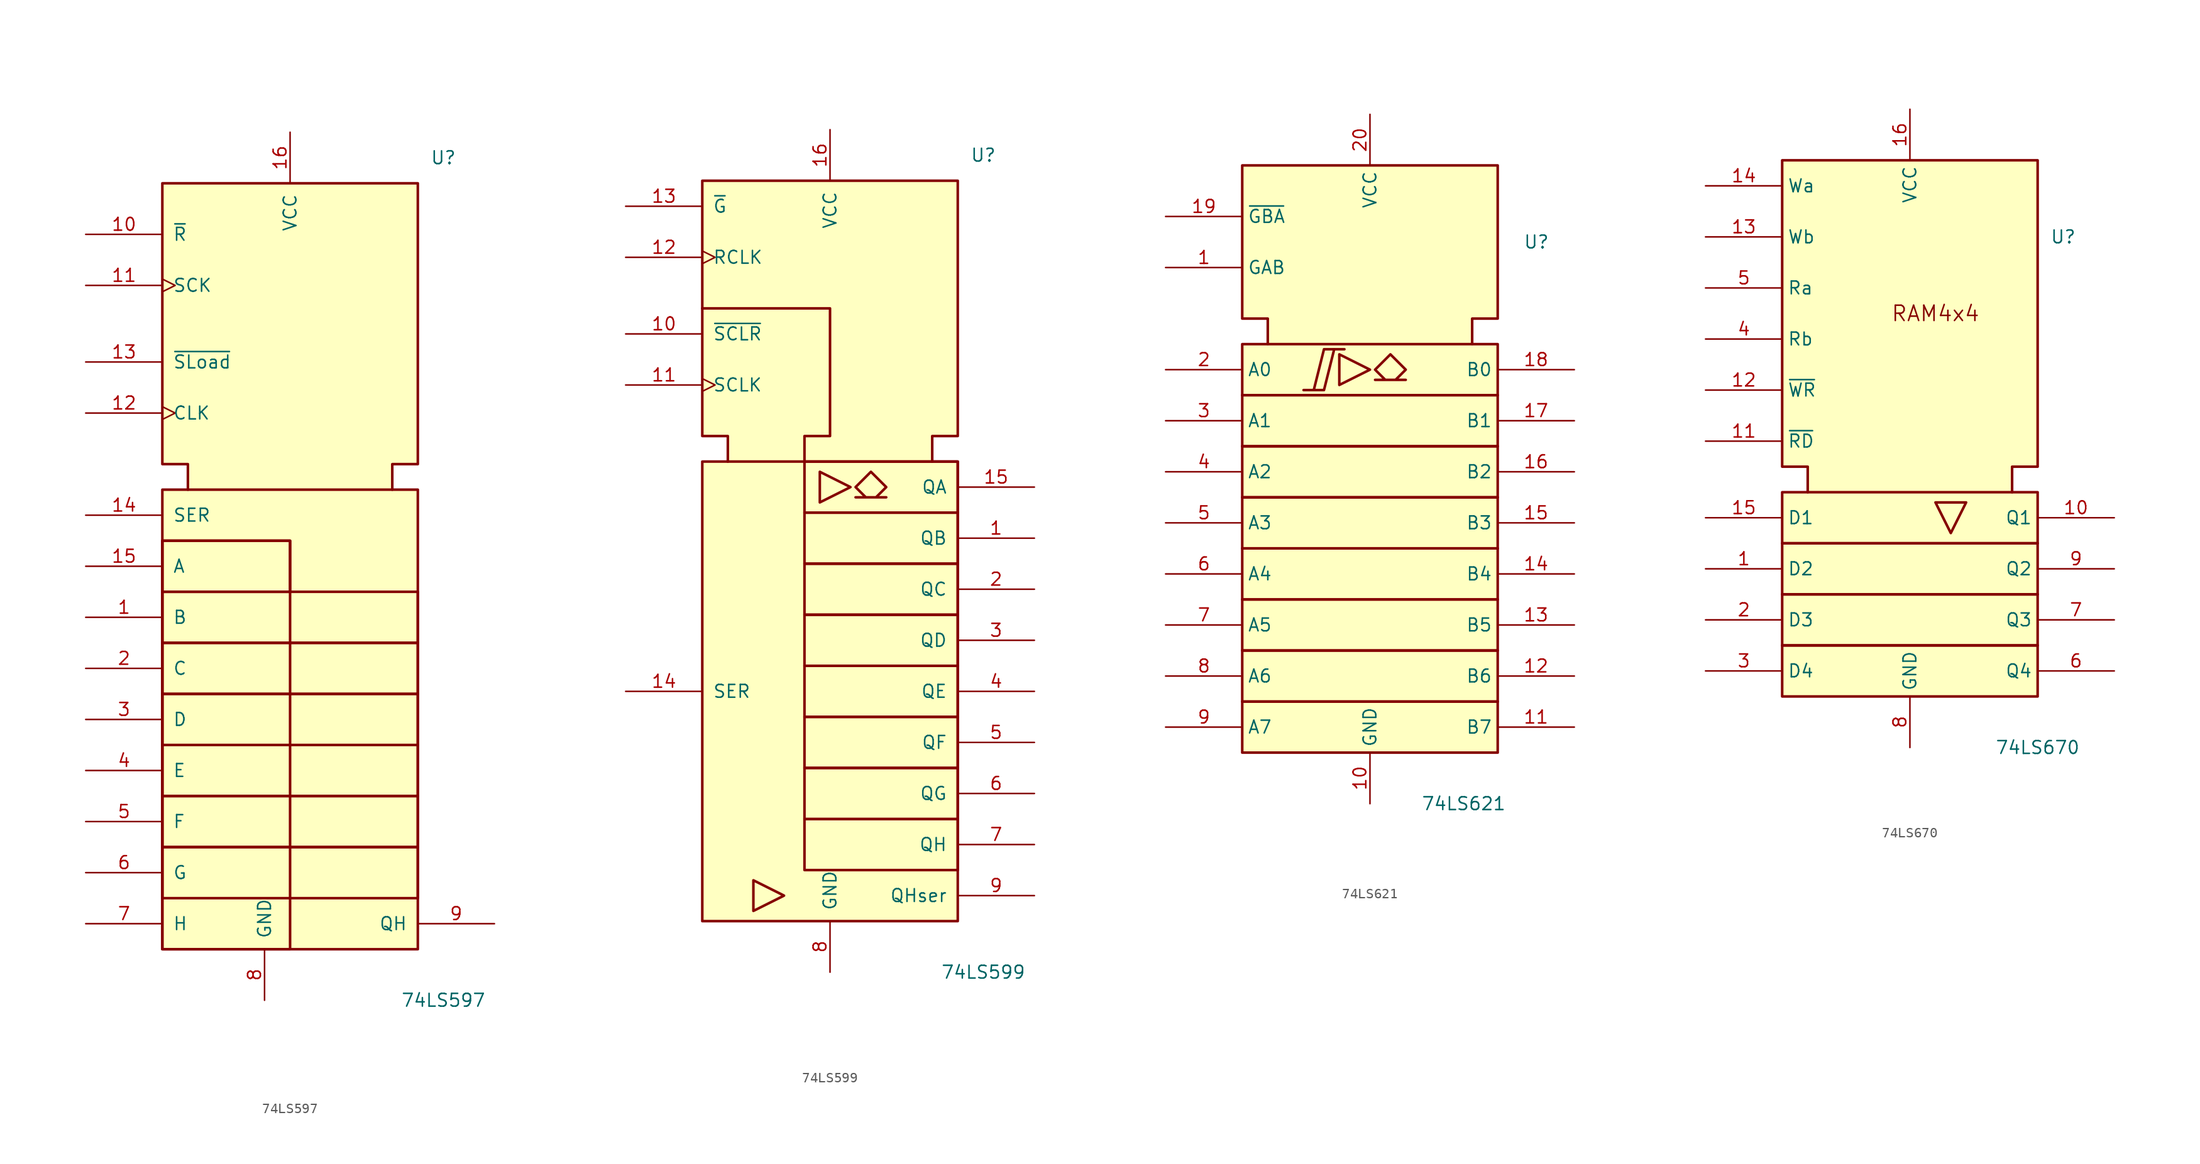
<source format=kicad_sym>
(kicad_symbol_lib
  (version 20241209)
  (generator "kicad_symbol_editor")
  (generator_version "9.0")
  (symbol "74LS597"
    (pin_names
      (offset 1.016))
    (property "Reference" "U"
      (at 15.24 43.18 0)
      (effects (font (size 1.27 1.27))))
    (property "Value" "74LS597"
      (at 15.24 -40.64 0)
      (effects (font (size 1.27 1.27))))
    (symbol "74LS597_0_0"
      (rectangle (start -12.7 10.16) (end 12.7 -35.56) (stroke (width 0.254) (type default)) (fill (type background)))
      (rectangle (start -12.7 5.08) (end 0 0) (stroke (width 0.254) (type default)) (fill (type background)))
      (rectangle (start -12.7 5.08) (end 0 -35.56) (stroke (width 0.254) (type default)) (fill (type background)))
      (rectangle (start -12.7 0) (end 12.7 -5.08) (stroke (width 0.254) (type default)) (fill (type background)))
      (rectangle (start -12.7 -5.08) (end 12.7 -10.16) (stroke (width 0.254) (type default)) (fill (type background)))
      (rectangle (start -12.7 -10.16) (end 12.7 -15.24) (stroke (width 0.254) (type default)) (fill (type background)))
      (rectangle (start -12.7 -15.24) (end 12.7 -20.32) (stroke (width 0.254) (type default)) (fill (type background)))
      (rectangle (start -12.7 -20.32) (end 12.7 -25.4) (stroke (width 0.254) (type default)) (fill (type background)))
      (rectangle (start -12.7 -25.4) (end 12.7 -30.48) (stroke (width 0.254) (type default)) (fill (type background)))
      (rectangle (start -12.7 -30.48) (end -12.7 -30.48) (stroke (width 0.254) (type default)) (fill (type background)))
      (polyline (pts (xy -10.16 10.16) (xy -10.16 12.7) (xy -12.7 12.7) (xy -12.7 40.64) (xy 12.7 40.64) (xy 12.7 12.7) (xy 10.16 12.7) (xy 10.16 10.16) (xy 10.16 10.16)) (stroke (width 0.254) (type default)) (fill (type background))))
    (symbol "74LS597_0_1"
      (pin power_in line (at -2.54 -40.64 90) (length 5.08) (name "GND" (effects (font (size 1.27 1.27)))) (number "8" (effects (font (size 1.27 1.27))))))
    (symbol "74LS597_1_1"
      (pin input line (at -20.32 35.56 0) (length 7.62) (name "~{R}" (effects (font (size 1.27 1.27)))) (number "10" (effects (font (size 1.27 1.27)))))
      (pin input clock (at -20.32 30.48 0) (length 7.62) (name "SCK" (effects (font (size 1.27 1.27)))) (number "11" (effects (font (size 1.27 1.27)))))
      (pin input line (at -20.32 22.86 0) (length 7.62) (name "~{SLoad}" (effects (font (size 1.27 1.27)))) (number "13" (effects (font (size 1.27 1.27)))))
      (pin input clock (at -20.32 17.78 0) (length 7.62) (name "CLK" (effects (font (size 1.27 1.27)))) (number "12" (effects (font (size 1.27 1.27)))))
      (pin input line (at -20.32 7.62 0) (length 7.62) (name "SER" (effects (font (size 1.27 1.27)))) (number "14" (effects (font (size 1.27 1.27)))))
      (pin input line (at -20.32 2.54 0) (length 7.62) (name "A" (effects (font (size 1.27 1.27)))) (number "15" (effects (font (size 1.27 1.27)))))
      (pin input line (at -20.32 -2.54 0) (length 7.62) (name "B" (effects (font (size 1.27 1.27)))) (number "1" (effects (font (size 1.27 1.27)))))
      (pin input line (at -20.32 -7.62 0) (length 7.62) (name "C" (effects (font (size 1.27 1.27)))) (number "2" (effects (font (size 1.27 1.27)))))
      (pin input line (at -20.32 -12.7 0) (length 7.62) (name "D" (effects (font (size 1.27 1.27)))) (number "3" (effects (font (size 1.27 1.27)))))
      (pin input line (at -20.32 -17.78 0) (length 7.62) (name "E" (effects (font (size 1.27 1.27)))) (number "4" (effects (font (size 1.27 1.27)))))
      (pin input line (at -20.32 -22.86 0) (length 7.62) (name "F" (effects (font (size 1.27 1.27)))) (number "5" (effects (font (size 1.27 1.27)))))
      (pin input line (at -20.32 -27.94 0) (length 7.62) (name "G" (effects (font (size 1.27 1.27)))) (number "6" (effects (font (size 1.27 1.27)))))
      (pin input line (at -20.32 -33.02 0) (length 7.62) (name "H" (effects (font (size 1.27 1.27)))) (number "7" (effects (font (size 1.27 1.27)))))
      (pin power_in line (at 0 45.72 270) (length 5.08) (name "VCC" (effects (font (size 1.27 1.27)))) (number "16" (effects (font (size 1.27 1.27)))))
      (pin tri_state line (at 20.32 -33.02 180) (length 7.62) (name "QH" (effects (font (size 1.27 1.27)))) (number "9" (effects (font (size 1.27 1.27)))))))
  (symbol "74LS599"
    (pin_names
      (offset 1.016))
    (property "Reference" "U"
      (at 15.24 40.64 0)
      (effects (font (size 1.27 1.27))))
    (property "Value" "74LS599"
      (at 15.24 -40.64 0)
      (effects (font (size 1.27 1.27))))
    (symbol "74LS599_0_0"
      (polyline (pts (xy -12.7 25.4) (xy 0 25.4) (xy 0 12.7) (xy -2.54 12.7) (xy -2.54 10.16) (xy -2.54 10.16)) (stroke (width 0.254) (type default)) (fill (type background)))
      (rectangle (start -12.7 10.16) (end 12.7 -35.56) (stroke (width 0.254) (type default)) (fill (type background)))
      (polyline (pts (xy -10.16 10.16) (xy -10.16 12.7) (xy -12.7 12.7) (xy -12.7 38.1) (xy 12.7 38.1) (xy 12.7 12.7) (xy 10.16 12.7) (xy 10.16 10.16) (xy 10.16 10.16)) (stroke (width 0.254) (type default)) (fill (type background)))
      (polyline (pts (xy -4.572 -33.02) (xy -7.62 -31.496) (xy -7.62 -34.544) (xy -4.572 -33.02) (xy -4.572 -33.02)) (stroke (width 0.254) (type default)) (fill (type background)))
      (polyline (pts (xy -1.016 9.144) (xy -1.016 6.096) (xy 2.032 7.62) (xy -1.016 9.144) (xy -1.016 9.144)) (stroke (width 0.254) (type default)) (fill (type background)))
      (polyline (pts (xy 5.588 6.604) (xy 2.54 6.604) (xy 3.556 6.604) (xy 2.54 7.62) (xy 4.064 9.144) (xy 5.588 7.62) (xy 4.572 6.604) (xy 4.572 6.604)) (stroke (width 0.254) (type default)) (fill (type background))))
    (symbol "74LS599_0_1"
      (rectangle (start -2.54 10.16) (end 12.7 5.08) (stroke (width 0.254) (type default)) (fill (type background)))
      (rectangle (start -2.54 5.08) (end 12.7 0) (stroke (width 0.254) (type default)) (fill (type background)))
      (rectangle (start -2.54 0) (end 12.7 -5.08) (stroke (width 0.254) (type default)) (fill (type background)))
      (rectangle (start -2.54 -5.08) (end 12.7 -10.16) (stroke (width 0.254) (type default)) (fill (type background)))
      (rectangle (start -2.54 -10.16) (end 12.7 -15.24) (stroke (width 0.254) (type default)) (fill (type background)))
      (rectangle (start -2.54 -15.24) (end 12.7 -20.32) (stroke (width 0.254) (type default)) (fill (type background)))
      (rectangle (start -2.54 -20.32) (end 12.7 -25.4) (stroke (width 0.254) (type default)) (fill (type background)))
      (rectangle (start -2.54 -25.4) (end 12.7 -30.48) (stroke (width 0.254) (type default)) (fill (type background)))
      (pin power_in line (at 0 -40.64 90) (length 5.08) (name "GND" (effects (font (size 1.27 1.27)))) (number "8" (effects (font (size 1.27 1.27))))))
    (symbol "74LS599_1_1"
      (pin input line (at -20.32 35.56 0) (length 7.62) (name "~{G}" (effects (font (size 1.27 1.27)))) (number "13" (effects (font (size 1.27 1.27)))))
      (pin input clock (at -20.32 30.48 0) (length 7.62) (name "RCLK" (effects (font (size 1.27 1.27)))) (number "12" (effects (font (size 1.27 1.27)))))
      (pin input line (at -20.32 22.86 0) (length 7.62) (name "~{SCLR}" (effects (font (size 1.27 1.27)))) (number "10" (effects (font (size 1.27 1.27)))))
      (pin input clock (at -20.32 17.78 0) (length 7.62) (name "SCLK" (effects (font (size 1.27 1.27)))) (number "11" (effects (font (size 1.27 1.27)))))
      (pin input line (at -20.32 -12.7 0) (length 7.62) (name "SER" (effects (font (size 1.27 1.27)))) (number "14" (effects (font (size 1.27 1.27)))))
      (pin power_in line (at 0 43.18 270) (length 5.08) (name "VCC" (effects (font (size 1.27 1.27)))) (number "16" (effects (font (size 1.27 1.27)))))
      (pin tri_state line (at 20.32 7.62 180) (length 7.62) (name "QA" (effects (font (size 1.27 1.27)))) (number "15" (effects (font (size 1.27 1.27)))))
      (pin tri_state line (at 20.32 2.54 180) (length 7.62) (name "QB" (effects (font (size 1.27 1.27)))) (number "1" (effects (font (size 1.27 1.27)))))
      (pin tri_state line (at 20.32 -2.54 180) (length 7.62) (name "QC" (effects (font (size 1.27 1.27)))) (number "2" (effects (font (size 1.27 1.27)))))
      (pin tri_state line (at 20.32 -7.62 180) (length 7.62) (name "QD" (effects (font (size 1.27 1.27)))) (number "3" (effects (font (size 1.27 1.27)))))
      (pin tri_state line (at 20.32 -12.7 180) (length 7.62) (name "QE" (effects (font (size 1.27 1.27)))) (number "4" (effects (font (size 1.27 1.27)))))
      (pin tri_state line (at 20.32 -17.78 180) (length 7.62) (name "QF" (effects (font (size 1.27 1.27)))) (number "5" (effects (font (size 1.27 1.27)))))
      (pin tri_state line (at 20.32 -22.86 180) (length 7.62) (name "QG" (effects (font (size 1.27 1.27)))) (number "6" (effects (font (size 1.27 1.27)))))
      (pin tri_state line (at 20.32 -27.94 180) (length 7.62) (name "QH" (effects (font (size 1.27 1.27)))) (number "7" (effects (font (size 1.27 1.27)))))
      (pin output line (at 20.32 -33.02 180) (length 7.62) (name "QHser" (effects (font (size 1.27 1.27)))) (number "9" (effects (font (size 1.27 1.27)))))))
  (symbol "74LS621"
    (property "Reference" "U"
      (at 15.24 25.4 0)
      (effects (font (size 1.27 1.27)) (justify left)))
    (property "Value" "74LS621"
      (at 5.08 -30.48 0)
      (effects (font (size 1.27 1.27)) (justify left)))
    (symbol "74LS621_0_0"
      (polyline (pts (xy -6.604 10.668) (xy -4.572 10.668) (xy -3.556 14.732) (xy -2.54 14.732) (xy -4.572 14.732) (xy -5.588 10.668) (xy -5.588 10.668)) (stroke (width 0.254) (type default)) (fill (type background)))
      (polyline (pts (xy -3.048 14.224) (xy -3.048 11.176) (xy 0 12.7) (xy -3.048 14.224) (xy -3.048 14.224)) (stroke (width 0.254) (type default)) (fill (type background)))
      (polyline (pts (xy 2.032 14.224) (xy 3.556 12.7) (xy 2.54 11.684) (xy 3.556 11.684) (xy 0.508 11.684) (xy 1.524 11.684) (xy 0.508 12.7) (xy 2.032 14.224) (xy 2.032 14.224)) (stroke (width 0.254) (type default)) (fill (type background)))
      (pin power_in line (at 0 38.1 270) (length 5.08) (name "VCC" (effects (font (size 1.27 1.27)))) (number "20" (effects (font (size 1.27 1.27)))))
      (pin power_in line (at 0 -30.48 90) (length 5.08) (name "GND" (effects (font (size 1.27 1.27)))) (number "10" (effects (font (size 1.27 1.27))))))
    (symbol "74LS621_0_1"
      (rectangle (start -12.7 15.24) (end 12.7 10.16) (stroke (width 0.254) (type default)) (fill (type background)))
      (rectangle (start -12.7 10.16) (end 12.7 5.08) (stroke (width 0.254) (type default)) (fill (type background)))
      (rectangle (start -12.7 5.08) (end 12.7 0) (stroke (width 0.254) (type default)) (fill (type background)))
      (rectangle (start -12.7 0) (end 12.7 -5.08) (stroke (width 0.254) (type default)) (fill (type background)))
      (rectangle (start -12.7 -5.08) (end 12.7 -10.16) (stroke (width 0.254) (type default)) (fill (type background)))
      (rectangle (start -12.7 -10.16) (end 12.7 -15.24) (stroke (width 0.254) (type default)) (fill (type background)))
      (rectangle (start -12.7 -15.24) (end 12.7 -20.32) (stroke (width 0.254) (type default)) (fill (type background)))
      (rectangle (start -12.7 -20.32) (end 12.7 -25.4) (stroke (width 0.254) (type default)) (fill (type background)))
      (polyline (pts (xy -10.16 15.24) (xy -10.16 17.78) (xy -12.7 17.78) (xy -12.7 33.02) (xy 12.7 33.02) (xy 12.7 17.78) (xy 10.16 17.78) (xy 10.16 15.24) (xy 10.16 15.24)) (stroke (width 0.254) (type default)) (fill (type background))))
    (symbol "74LS621_1_1"
      (pin input line (at -20.32 27.94 0) (length 7.62) (name "~{GBA}" (effects (font (size 1.27 1.27)))) (number "19" (effects (font (size 1.27 1.27)))))
      (pin input line (at -20.32 22.86 0) (length 7.62) (name "GAB" (effects (font (size 1.27 1.27)))) (number "1" (effects (font (size 1.27 1.27)))))
      (pin tri_state line (at -20.32 12.7 0) (length 7.62) (name "A0" (effects (font (size 1.27 1.27)))) (number "2" (effects (font (size 1.27 1.27)))))
      (pin tri_state line (at -20.32 7.62 0) (length 7.62) (name "A1" (effects (font (size 1.27 1.27)))) (number "3" (effects (font (size 1.27 1.27)))))
      (pin tri_state line (at -20.32 2.54 0) (length 7.62) (name "A2" (effects (font (size 1.27 1.27)))) (number "4" (effects (font (size 1.27 1.27)))))
      (pin tri_state line (at -20.32 -2.54 0) (length 7.62) (name "A3" (effects (font (size 1.27 1.27)))) (number "5" (effects (font (size 1.27 1.27)))))
      (pin tri_state line (at -20.32 -7.62 0) (length 7.62) (name "A4" (effects (font (size 1.27 1.27)))) (number "6" (effects (font (size 1.27 1.27)))))
      (pin tri_state line (at -20.32 -12.7 0) (length 7.62) (name "A5" (effects (font (size 1.27 1.27)))) (number "7" (effects (font (size 1.27 1.27)))))
      (pin tri_state line (at -20.32 -17.78 0) (length 7.62) (name "A6" (effects (font (size 1.27 1.27)))) (number "8" (effects (font (size 1.27 1.27)))))
      (pin tri_state line (at -20.32 -22.86 0) (length 7.62) (name "A7" (effects (font (size 1.27 1.27)))) (number "9" (effects (font (size 1.27 1.27)))))
      (pin tri_state line (at 20.32 12.7 180) (length 7.62) (name "B0" (effects (font (size 1.27 1.27)))) (number "18" (effects (font (size 1.27 1.27)))))
      (pin tri_state line (at 20.32 7.62 180) (length 7.62) (name "B1" (effects (font (size 1.27 1.27)))) (number "17" (effects (font (size 1.27 1.27)))))
      (pin tri_state line (at 20.32 2.54 180) (length 7.62) (name "B2" (effects (font (size 1.27 1.27)))) (number "16" (effects (font (size 1.27 1.27)))))
      (pin tri_state line (at 20.32 -2.54 180) (length 7.62) (name "B3" (effects (font (size 1.27 1.27)))) (number "15" (effects (font (size 1.27 1.27)))))
      (pin tri_state line (at 20.32 -7.62 180) (length 7.62) (name "B4" (effects (font (size 1.27 1.27)))) (number "14" (effects (font (size 1.27 1.27)))))
      (pin tri_state line (at 20.32 -12.7 180) (length 7.62) (name "B5" (effects (font (size 1.27 1.27)))) (number "13" (effects (font (size 1.27 1.27)))))
      (pin tri_state line (at 20.32 -17.78 180) (length 7.62) (name "B6" (effects (font (size 1.27 1.27)))) (number "12" (effects (font (size 1.27 1.27)))))
      (pin tri_state line (at 20.32 -22.86 180) (length 7.62) (name "B7" (effects (font (size 1.27 1.27)))) (number "11" (effects (font (size 1.27 1.27)))))))
  (symbol "74LS670"
    (property "Reference" "U"
      (at 15.24 20.32 0)
      (effects (font (size 1.27 1.27))))
    (property "Value" "74LS670"
      (at 12.7 -30.48 0)
      (effects (font (size 1.27 1.27))))
    (symbol "74LS670_0_0"
      (rectangle (start -12.7 -10.16) (end 12.7 -15.24) (stroke (width 0.254) (type default)) (fill (type background)))
      (rectangle (start -12.7 -15.24) (end 12.7 -20.32) (stroke (width 0.254) (type default)) (fill (type background)))
      (rectangle (start -12.7 -20.32) (end 12.7 -25.4) (stroke (width 0.254) (type default)) (fill (type background)))
      (polyline (pts (xy -10.16 -5.08) (xy -10.16 -2.54) (xy -12.7 -2.54) (xy -12.7 27.94) (xy 12.7 27.94) (xy 12.7 -2.54) (xy 10.16 -2.54) (xy 10.16 -5.08) (xy 10.16 -5.08)) (stroke (width 0.254) (type default)) (fill (type background)))
      (polyline (pts (xy 5.588 -6.096) (xy 2.54 -6.096) (xy 4.064 -9.144) (xy 5.588 -6.096) (xy 5.588 -6.096)) (stroke (width 0.254) (type default)) (fill (type background)))
      (text "RAM4x4" (at 2.54 12.7 0) (effects (font (size 1.524 1.524))))
      (pin power_in line (at 0 33.02 270) (length 5.08) (name "VCC" (effects (font (size 1.27 1.27)))) (number "16" (effects (font (size 1.27 1.27)))))
      (pin power_in line (at 0 -30.48 90) (length 5.08) (name "GND" (effects (font (size 1.27 1.27)))) (number "8" (effects (font (size 1.27 1.27))))))
    (symbol "74LS670_0_1"
      (rectangle (start -12.7 -5.08) (end 12.7 -10.16) (stroke (width 0.254) (type default)) (fill (type background))))
    (symbol "74LS670_1_1"
      (pin input line (at -20.32 25.4 0) (length 7.62) (name "Wa" (effects (font (size 1.27 1.27)))) (number "14" (effects (font (size 1.27 1.27)))))
      (pin input line (at -20.32 20.32 0) (length 7.62) (name "Wb" (effects (font (size 1.27 1.27)))) (number "13" (effects (font (size 1.27 1.27)))))
      (pin input line (at -20.32 15.24 0) (length 7.62) (name "Ra" (effects (font (size 1.27 1.27)))) (number "5" (effects (font (size 1.27 1.27)))))
      (pin input line (at -20.32 10.16 0) (length 7.62) (name "Rb" (effects (font (size 1.27 1.27)))) (number "4" (effects (font (size 1.27 1.27)))))
      (pin input line (at -20.32 5.08 0) (length 7.62) (name "~{WR}" (effects (font (size 1.27 1.27)))) (number "12" (effects (font (size 1.27 1.27)))))
      (pin input line (at -20.32 0 0) (length 7.62) (name "~{RD}" (effects (font (size 1.27 1.27)))) (number "11" (effects (font (size 1.27 1.27)))))
      (pin input line (at -20.32 -7.62 0) (length 7.62) (name "D1" (effects (font (size 1.27 1.27)))) (number "15" (effects (font (size 1.27 1.27)))))
      (pin input line (at -20.32 -12.7 0) (length 7.62) (name "D2" (effects (font (size 1.27 1.27)))) (number "1" (effects (font (size 1.27 1.27)))))
      (pin input line (at -20.32 -17.78 0) (length 7.62) (name "D3" (effects (font (size 1.27 1.27)))) (number "2" (effects (font (size 1.27 1.27)))))
      (pin input line (at -20.32 -22.86 0) (length 7.62) (name "D4" (effects (font (size 1.27 1.27)))) (number "3" (effects (font (size 1.27 1.27)))))
      (pin tri_state line (at 20.32 -7.62 180) (length 7.62) (name "Q1" (effects (font (size 1.27 1.27)))) (number "10" (effects (font (size 1.27 1.27)))))
      (pin tri_state line (at 20.32 -12.7 180) (length 7.62) (name "Q2" (effects (font (size 1.27 1.27)))) (number "9" (effects (font (size 1.27 1.27)))))
      (pin tri_state line (at 20.32 -17.78 180) (length 7.62) (name "Q3" (effects (font (size 1.27 1.27)))) (number "7" (effects (font (size 1.27 1.27)))))
      (pin tri_state line (at 20.32 -22.86 180) (length 7.62) (name "Q4" (effects (font (size 1.27 1.27)))) (number "6" (effects (font (size 1.27 1.27))))))))
</source>
